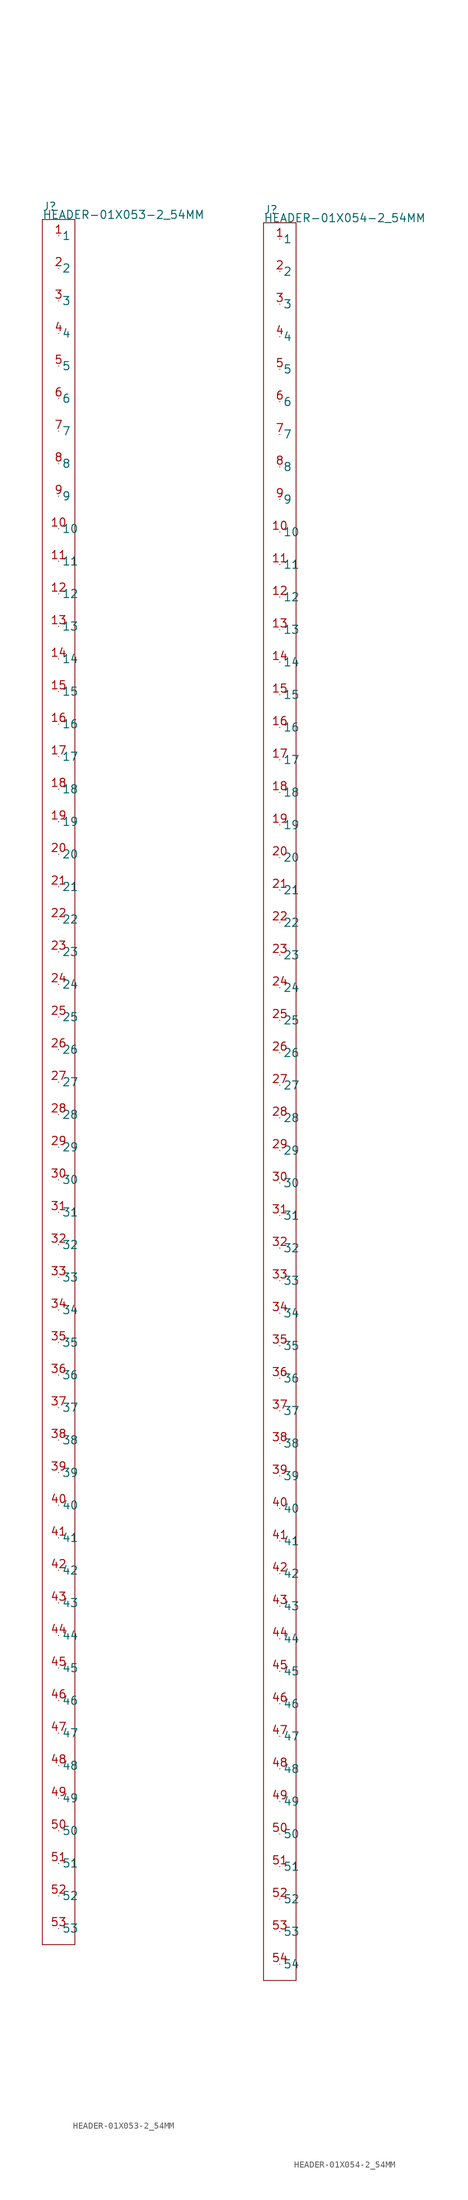
<source format=kicad_sym>
(kicad_symbol_lib
  (version 20211014)
  (generator kicad_symbol_editor)
  (symbol "HEADER-01X053-2_54MM"
    (pin_names)
    (property "Reference" "J"
      (at -2.54 135.89 0)
      (effects (font (size 1.27 1.27)) (justify left bottom)))
    (property "Value" "HEADER-01X053-2_54MM"
      (at -2.54 134.62 0)
      (effects (font (size 1.27 1.27)) (justify left bottom)))
    (property "Datasheet" ""
      (at 0 0 0))
    (property "ki_description" "Header 1x53  - Header Vertical 53POS 2.54MM Technical Specifications: Pitch: 0.1\" (2.54mm) "
      (at 0 0 0))
    (property "ki_fp_filters" "FlashPCB_Connectors:HEADER-THT-01X053-2_54MM FlashPCB_Connectors:HEADER-THT-LONG-01X053-2_54MM FlashPCB_Connectors:HEADER-THT-NOSILK-01X053-2_54MM FlashPCB_Connectors:HEADER-THT-LONG-NOSILK-01X053-2_54MM"
      (at 0 0 0))
    (symbol "HEADER-01X053-2_54MM_1_1"
      (polyline (pts (xy -2.54 134.62) (xy 2.54 134.62)) (stroke (width 0.127)) (fill (type none)))
      (polyline (pts (xy 2.54 134.62) (xy 2.54 -134.62)) (stroke (width 0.127)) (fill (type none)))
      (polyline (pts (xy 2.54 -134.62) (xy -2.54 -134.62)) (stroke (width 0.127)) (fill (type none)))
      (polyline (pts (xy -2.54 -134.62) (xy -2.54 134.62)) (stroke (width 0.127)) (fill (type none)))
      (pin bidirectional line (at 0 132.08 0) (length 0) (name "1" (effects (font (size 1.27 1.27)))) (number "1" (effects (font (size 1.27 1.27)))))
      (pin bidirectional line (at 0 127 0) (length 0) (name "2" (effects (font (size 1.27 1.27)))) (number "2" (effects (font (size 1.27 1.27)))))
      (pin bidirectional line (at 0 121.92 0) (length 0) (name "3" (effects (font (size 1.27 1.27)))) (number "3" (effects (font (size 1.27 1.27)))))
      (pin bidirectional line (at 0 116.84 0) (length 0) (name "4" (effects (font (size 1.27 1.27)))) (number "4" (effects (font (size 1.27 1.27)))))
      (pin bidirectional line (at 0 111.76 0) (length 0) (name "5" (effects (font (size 1.27 1.27)))) (number "5" (effects (font (size 1.27 1.27)))))
      (pin bidirectional line (at 0 106.68 0) (length 0) (name "6" (effects (font (size 1.27 1.27)))) (number "6" (effects (font (size 1.27 1.27)))))
      (pin bidirectional line (at 0 101.6 0) (length 0) (name "7" (effects (font (size 1.27 1.27)))) (number "7" (effects (font (size 1.27 1.27)))))
      (pin bidirectional line (at 0 96.52 0) (length 0) (name "8" (effects (font (size 1.27 1.27)))) (number "8" (effects (font (size 1.27 1.27)))))
      (pin bidirectional line (at 0 91.44 0) (length 0) (name "9" (effects (font (size 1.27 1.27)))) (number "9" (effects (font (size 1.27 1.27)))))
      (pin bidirectional line (at 0 86.36 0) (length 0) (name "10" (effects (font (size 1.27 1.27)))) (number "10" (effects (font (size 1.27 1.27)))))
      (pin bidirectional line (at 0 81.28 0) (length 0) (name "11" (effects (font (size 1.27 1.27)))) (number "11" (effects (font (size 1.27 1.27)))))
      (pin bidirectional line (at 0 76.2 0) (length 0) (name "12" (effects (font (size 1.27 1.27)))) (number "12" (effects (font (size 1.27 1.27)))))
      (pin bidirectional line (at 0 71.12 0) (length 0) (name "13" (effects (font (size 1.27 1.27)))) (number "13" (effects (font (size 1.27 1.27)))))
      (pin bidirectional line (at 0 66.04 0) (length 0) (name "14" (effects (font (size 1.27 1.27)))) (number "14" (effects (font (size 1.27 1.27)))))
      (pin bidirectional line (at 0 60.96 0) (length 0) (name "15" (effects (font (size 1.27 1.27)))) (number "15" (effects (font (size 1.27 1.27)))))
      (pin bidirectional line (at 0 55.88 0) (length 0) (name "16" (effects (font (size 1.27 1.27)))) (number "16" (effects (font (size 1.27 1.27)))))
      (pin bidirectional line (at 0 50.8 0) (length 0) (name "17" (effects (font (size 1.27 1.27)))) (number "17" (effects (font (size 1.27 1.27)))))
      (pin bidirectional line (at 0 45.72 0) (length 0) (name "18" (effects (font (size 1.27 1.27)))) (number "18" (effects (font (size 1.27 1.27)))))
      (pin bidirectional line (at 0 40.64 0) (length 0) (name "19" (effects (font (size 1.27 1.27)))) (number "19" (effects (font (size 1.27 1.27)))))
      (pin bidirectional line (at 0 35.56 0) (length 0) (name "20" (effects (font (size 1.27 1.27)))) (number "20" (effects (font (size 1.27 1.27)))))
      (pin bidirectional line (at 0 30.48 0) (length 0) (name "21" (effects (font (size 1.27 1.27)))) (number "21" (effects (font (size 1.27 1.27)))))
      (pin bidirectional line (at 0 25.4 0) (length 0) (name "22" (effects (font (size 1.27 1.27)))) (number "22" (effects (font (size 1.27 1.27)))))
      (pin bidirectional line (at 0 20.32 0) (length 0) (name "23" (effects (font (size 1.27 1.27)))) (number "23" (effects (font (size 1.27 1.27)))))
      (pin bidirectional line (at 0 15.24 0) (length 0) (name "24" (effects (font (size 1.27 1.27)))) (number "24" (effects (font (size 1.27 1.27)))))
      (pin bidirectional line (at 0 10.16 0) (length 0) (name "25" (effects (font (size 1.27 1.27)))) (number "25" (effects (font (size 1.27 1.27)))))
      (pin bidirectional line (at 0 5.08 0) (length 0) (name "26" (effects (font (size 1.27 1.27)))) (number "26" (effects (font (size 1.27 1.27)))))
      (pin bidirectional line (at 0 0 0) (length 0) (name "27" (effects (font (size 1.27 1.27)))) (number "27" (effects (font (size 1.27 1.27)))))
      (pin bidirectional line (at 0 -5.08 0) (length 0) (name "28" (effects (font (size 1.27 1.27)))) (number "28" (effects (font (size 1.27 1.27)))))
      (pin bidirectional line (at 0 -10.16 0) (length 0) (name "29" (effects (font (size 1.27 1.27)))) (number "29" (effects (font (size 1.27 1.27)))))
      (pin bidirectional line (at 0 -15.24 0) (length 0) (name "30" (effects (font (size 1.27 1.27)))) (number "30" (effects (font (size 1.27 1.27)))))
      (pin bidirectional line (at 0 -20.32 0) (length 0) (name "31" (effects (font (size 1.27 1.27)))) (number "31" (effects (font (size 1.27 1.27)))))
      (pin bidirectional line (at 0 -25.4 0) (length 0) (name "32" (effects (font (size 1.27 1.27)))) (number "32" (effects (font (size 1.27 1.27)))))
      (pin bidirectional line (at 0 -30.48 0) (length 0) (name "33" (effects (font (size 1.27 1.27)))) (number "33" (effects (font (size 1.27 1.27)))))
      (pin bidirectional line (at 0 -35.56 0) (length 0) (name "34" (effects (font (size 1.27 1.27)))) (number "34" (effects (font (size 1.27 1.27)))))
      (pin bidirectional line (at 0 -40.64 0) (length 0) (name "35" (effects (font (size 1.27 1.27)))) (number "35" (effects (font (size 1.27 1.27)))))
      (pin bidirectional line (at 0 -45.72 0) (length 0) (name "36" (effects (font (size 1.27 1.27)))) (number "36" (effects (font (size 1.27 1.27)))))
      (pin bidirectional line (at 0 -50.8 0) (length 0) (name "37" (effects (font (size 1.27 1.27)))) (number "37" (effects (font (size 1.27 1.27)))))
      (pin bidirectional line (at 0 -55.88 0) (length 0) (name "38" (effects (font (size 1.27 1.27)))) (number "38" (effects (font (size 1.27 1.27)))))
      (pin bidirectional line (at 0 -60.96 0) (length 0) (name "39" (effects (font (size 1.27 1.27)))) (number "39" (effects (font (size 1.27 1.27)))))
      (pin bidirectional line (at 0 -66.04 0) (length 0) (name "40" (effects (font (size 1.27 1.27)))) (number "40" (effects (font (size 1.27 1.27)))))
      (pin bidirectional line (at 0 -71.12 0) (length 0) (name "41" (effects (font (size 1.27 1.27)))) (number "41" (effects (font (size 1.27 1.27)))))
      (pin bidirectional line (at 0 -76.2 0) (length 0) (name "42" (effects (font (size 1.27 1.27)))) (number "42" (effects (font (size 1.27 1.27)))))
      (pin bidirectional line (at 0 -81.28 0) (length 0) (name "43" (effects (font (size 1.27 1.27)))) (number "43" (effects (font (size 1.27 1.27)))))
      (pin bidirectional line (at 0 -86.36 0) (length 0) (name "44" (effects (font (size 1.27 1.27)))) (number "44" (effects (font (size 1.27 1.27)))))
      (pin bidirectional line (at 0 -91.44 0) (length 0) (name "45" (effects (font (size 1.27 1.27)))) (number "45" (effects (font (size 1.27 1.27)))))
      (pin bidirectional line (at 0 -96.52 0) (length 0) (name "46" (effects (font (size 1.27 1.27)))) (number "46" (effects (font (size 1.27 1.27)))))
      (pin bidirectional line (at 0 -101.6 0) (length 0) (name "47" (effects (font (size 1.27 1.27)))) (number "47" (effects (font (size 1.27 1.27)))))
      (pin bidirectional line (at 0 -106.68 0) (length 0) (name "48" (effects (font (size 1.27 1.27)))) (number "48" (effects (font (size 1.27 1.27)))))
      (pin bidirectional line (at 0 -111.76 0) (length 0) (name "49" (effects (font (size 1.27 1.27)))) (number "49" (effects (font (size 1.27 1.27)))))
      (pin bidirectional line (at 0 -116.84 0) (length 0) (name "50" (effects (font (size 1.27 1.27)))) (number "50" (effects (font (size 1.27 1.27)))))
      (pin bidirectional line (at 0 -121.92 0) (length 0) (name "51" (effects (font (size 1.27 1.27)))) (number "51" (effects (font (size 1.27 1.27)))))
      (pin bidirectional line (at 0 -127 0) (length 0) (name "52" (effects (font (size 1.27 1.27)))) (number "52" (effects (font (size 1.27 1.27)))))
      (pin bidirectional line (at 0 -132.08 0) (length 0) (name "53" (effects (font (size 1.27 1.27)))) (number "53" (effects (font (size 1.27 1.27)))))))
  (symbol "HEADER-01X054-2_54MM"
    (pin_names)
    (property "Reference" "J"
      (at -2.54 138.43 0)
      (effects (font (size 1.27 1.27)) (justify left bottom)))
    (property "Value" "HEADER-01X054-2_54MM"
      (at -2.54 137.16 0)
      (effects (font (size 1.27 1.27)) (justify left bottom)))
    (property "Datasheet" ""
      (at 0 0 0))
    (property "ki_description" "Header 1x54  - Header Vertical 54POS 2.54MM Technical Specifications: Pitch: 0.1\" (2.54mm) "
      (at 0 0 0))
    (property "ki_fp_filters" "FlashPCB_Connectors:HEADER-THT-01X054-2_54MM FlashPCB_Connectors:HEADER-THT-LONG-01X054-2_54MM FlashPCB_Connectors:HEADER-THT-NOSILK-01X054-2_54MM FlashPCB_Connectors:HEADER-THT-LONG-NOSILK-01X054-2_54MM"
      (at 0 0 0))
    (symbol "HEADER-01X054-2_54MM_1_1"
      (polyline (pts (xy -2.54 137.16) (xy 2.54 137.16)) (stroke (width 0.127)) (fill (type none)))
      (polyline (pts (xy 2.54 137.16) (xy 2.54 -137.16)) (stroke (width 0.127)) (fill (type none)))
      (polyline (pts (xy 2.54 -137.16) (xy -2.54 -137.16)) (stroke (width 0.127)) (fill (type none)))
      (polyline (pts (xy -2.54 -137.16) (xy -2.54 137.16)) (stroke (width 0.127)) (fill (type none)))
      (pin bidirectional line (at 0 134.62 0) (length 0) (name "1" (effects (font (size 1.27 1.27)))) (number "1" (effects (font (size 1.27 1.27)))))
      (pin bidirectional line (at 0 129.54 0) (length 0) (name "2" (effects (font (size 1.27 1.27)))) (number "2" (effects (font (size 1.27 1.27)))))
      (pin bidirectional line (at 0 124.46 0) (length 0) (name "3" (effects (font (size 1.27 1.27)))) (number "3" (effects (font (size 1.27 1.27)))))
      (pin bidirectional line (at 0 119.38 0) (length 0) (name "4" (effects (font (size 1.27 1.27)))) (number "4" (effects (font (size 1.27 1.27)))))
      (pin bidirectional line (at 0 114.3 0) (length 0) (name "5" (effects (font (size 1.27 1.27)))) (number "5" (effects (font (size 1.27 1.27)))))
      (pin bidirectional line (at 0 109.22 0) (length 0) (name "6" (effects (font (size 1.27 1.27)))) (number "6" (effects (font (size 1.27 1.27)))))
      (pin bidirectional line (at 0 104.14 0) (length 0) (name "7" (effects (font (size 1.27 1.27)))) (number "7" (effects (font (size 1.27 1.27)))))
      (pin bidirectional line (at 0 99.06 0) (length 0) (name "8" (effects (font (size 1.27 1.27)))) (number "8" (effects (font (size 1.27 1.27)))))
      (pin bidirectional line (at 0 93.98 0) (length 0) (name "9" (effects (font (size 1.27 1.27)))) (number "9" (effects (font (size 1.27 1.27)))))
      (pin bidirectional line (at 0 88.9 0) (length 0) (name "10" (effects (font (size 1.27 1.27)))) (number "10" (effects (font (size 1.27 1.27)))))
      (pin bidirectional line (at 0 83.82 0) (length 0) (name "11" (effects (font (size 1.27 1.27)))) (number "11" (effects (font (size 1.27 1.27)))))
      (pin bidirectional line (at 0 78.74 0) (length 0) (name "12" (effects (font (size 1.27 1.27)))) (number "12" (effects (font (size 1.27 1.27)))))
      (pin bidirectional line (at 0 73.66 0) (length 0) (name "13" (effects (font (size 1.27 1.27)))) (number "13" (effects (font (size 1.27 1.27)))))
      (pin bidirectional line (at 0 68.58 0) (length 0) (name "14" (effects (font (size 1.27 1.27)))) (number "14" (effects (font (size 1.27 1.27)))))
      (pin bidirectional line (at 0 63.5 0) (length 0) (name "15" (effects (font (size 1.27 1.27)))) (number "15" (effects (font (size 1.27 1.27)))))
      (pin bidirectional line (at 0 58.42 0) (length 0) (name "16" (effects (font (size 1.27 1.27)))) (number "16" (effects (font (size 1.27 1.27)))))
      (pin bidirectional line (at 0 53.34 0) (length 0) (name "17" (effects (font (size 1.27 1.27)))) (number "17" (effects (font (size 1.27 1.27)))))
      (pin bidirectional line (at 0 48.26 0) (length 0) (name "18" (effects (font (size 1.27 1.27)))) (number "18" (effects (font (size 1.27 1.27)))))
      (pin bidirectional line (at 0 43.18 0) (length 0) (name "19" (effects (font (size 1.27 1.27)))) (number "19" (effects (font (size 1.27 1.27)))))
      (pin bidirectional line (at 0 38.1 0) (length 0) (name "20" (effects (font (size 1.27 1.27)))) (number "20" (effects (font (size 1.27 1.27)))))
      (pin bidirectional line (at 0 33.02 0) (length 0) (name "21" (effects (font (size 1.27 1.27)))) (number "21" (effects (font (size 1.27 1.27)))))
      (pin bidirectional line (at 0 27.94 0) (length 0) (name "22" (effects (font (size 1.27 1.27)))) (number "22" (effects (font (size 1.27 1.27)))))
      (pin bidirectional line (at 0 22.86 0) (length 0) (name "23" (effects (font (size 1.27 1.27)))) (number "23" (effects (font (size 1.27 1.27)))))
      (pin bidirectional line (at 0 17.78 0) (length 0) (name "24" (effects (font (size 1.27 1.27)))) (number "24" (effects (font (size 1.27 1.27)))))
      (pin bidirectional line (at 0 12.7 0) (length 0) (name "25" (effects (font (size 1.27 1.27)))) (number "25" (effects (font (size 1.27 1.27)))))
      (pin bidirectional line (at 0 7.62 0) (length 0) (name "26" (effects (font (size 1.27 1.27)))) (number "26" (effects (font (size 1.27 1.27)))))
      (pin bidirectional line (at 0 2.54 0) (length 0) (name "27" (effects (font (size 1.27 1.27)))) (number "27" (effects (font (size 1.27 1.27)))))
      (pin bidirectional line (at 0 -2.54 0) (length 0) (name "28" (effects (font (size 1.27 1.27)))) (number "28" (effects (font (size 1.27 1.27)))))
      (pin bidirectional line (at 0 -7.62 0) (length 0) (name "29" (effects (font (size 1.27 1.27)))) (number "29" (effects (font (size 1.27 1.27)))))
      (pin bidirectional line (at 0 -12.7 0) (length 0) (name "30" (effects (font (size 1.27 1.27)))) (number "30" (effects (font (size 1.27 1.27)))))
      (pin bidirectional line (at 0 -17.78 0) (length 0) (name "31" (effects (font (size 1.27 1.27)))) (number "31" (effects (font (size 1.27 1.27)))))
      (pin bidirectional line (at 0 -22.86 0) (length 0) (name "32" (effects (font (size 1.27 1.27)))) (number "32" (effects (font (size 1.27 1.27)))))
      (pin bidirectional line (at 0 -27.94 0) (length 0) (name "33" (effects (font (size 1.27 1.27)))) (number "33" (effects (font (size 1.27 1.27)))))
      (pin bidirectional line (at 0 -33.02 0) (length 0) (name "34" (effects (font (size 1.27 1.27)))) (number "34" (effects (font (size 1.27 1.27)))))
      (pin bidirectional line (at 0 -38.1 0) (length 0) (name "35" (effects (font (size 1.27 1.27)))) (number "35" (effects (font (size 1.27 1.27)))))
      (pin bidirectional line (at 0 -43.18 0) (length 0) (name "36" (effects (font (size 1.27 1.27)))) (number "36" (effects (font (size 1.27 1.27)))))
      (pin bidirectional line (at 0 -48.26 0) (length 0) (name "37" (effects (font (size 1.27 1.27)))) (number "37" (effects (font (size 1.27 1.27)))))
      (pin bidirectional line (at 0 -53.34 0) (length 0) (name "38" (effects (font (size 1.27 1.27)))) (number "38" (effects (font (size 1.27 1.27)))))
      (pin bidirectional line (at 0 -58.42 0) (length 0) (name "39" (effects (font (size 1.27 1.27)))) (number "39" (effects (font (size 1.27 1.27)))))
      (pin bidirectional line (at 0 -63.5 0) (length 0) (name "40" (effects (font (size 1.27 1.27)))) (number "40" (effects (font (size 1.27 1.27)))))
      (pin bidirectional line (at 0 -68.58 0) (length 0) (name "41" (effects (font (size 1.27 1.27)))) (number "41" (effects (font (size 1.27 1.27)))))
      (pin bidirectional line (at 0 -73.66 0) (length 0) (name "42" (effects (font (size 1.27 1.27)))) (number "42" (effects (font (size 1.27 1.27)))))
      (pin bidirectional line (at 0 -78.74 0) (length 0) (name "43" (effects (font (size 1.27 1.27)))) (number "43" (effects (font (size 1.27 1.27)))))
      (pin bidirectional line (at 0 -83.82 0) (length 0) (name "44" (effects (font (size 1.27 1.27)))) (number "44" (effects (font (size 1.27 1.27)))))
      (pin bidirectional line (at 0 -88.9 0) (length 0) (name "45" (effects (font (size 1.27 1.27)))) (number "45" (effects (font (size 1.27 1.27)))))
      (pin bidirectional line (at 0 -93.98 0) (length 0) (name "46" (effects (font (size 1.27 1.27)))) (number "46" (effects (font (size 1.27 1.27)))))
      (pin bidirectional line (at 0 -99.06 0) (length 0) (name "47" (effects (font (size 1.27 1.27)))) (number "47" (effects (font (size 1.27 1.27)))))
      (pin bidirectional line (at 0 -104.14 0) (length 0) (name "48" (effects (font (size 1.27 1.27)))) (number "48" (effects (font (size 1.27 1.27)))))
      (pin bidirectional line (at 0 -109.22 0) (length 0) (name "49" (effects (font (size 1.27 1.27)))) (number "49" (effects (font (size 1.27 1.27)))))
      (pin bidirectional line (at 0 -114.3 0) (length 0) (name "50" (effects (font (size 1.27 1.27)))) (number "50" (effects (font (size 1.27 1.27)))))
      (pin bidirectional line (at 0 -119.38 0) (length 0) (name "51" (effects (font (size 1.27 1.27)))) (number "51" (effects (font (size 1.27 1.27)))))
      (pin bidirectional line (at 0 -124.46 0) (length 0) (name "52" (effects (font (size 1.27 1.27)))) (number "52" (effects (font (size 1.27 1.27)))))
      (pin bidirectional line (at 0 -129.54 0) (length 0) (name "53" (effects (font (size 1.27 1.27)))) (number "53" (effects (font (size 1.27 1.27)))))
      (pin bidirectional line (at 0 -134.62 0) (length 0) (name "54" (effects (font (size 1.27 1.27)))) (number "54" (effects (font (size 1.27 1.27))))))))
</source>
